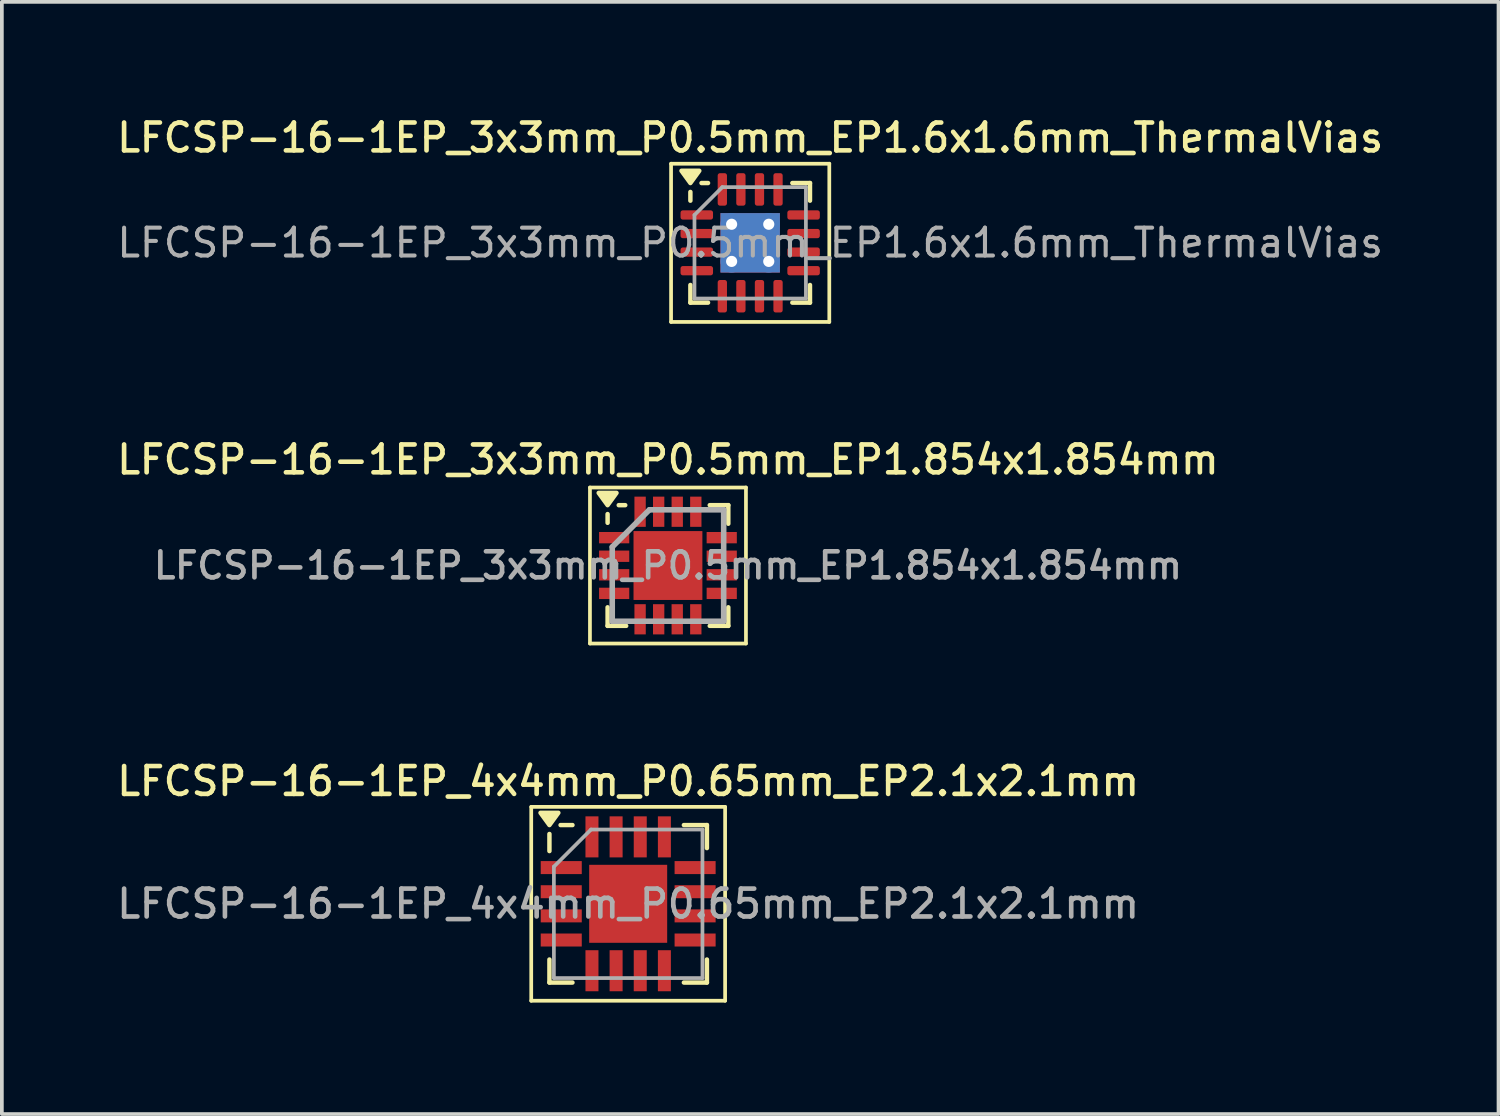
<source format=kicad_pcb>
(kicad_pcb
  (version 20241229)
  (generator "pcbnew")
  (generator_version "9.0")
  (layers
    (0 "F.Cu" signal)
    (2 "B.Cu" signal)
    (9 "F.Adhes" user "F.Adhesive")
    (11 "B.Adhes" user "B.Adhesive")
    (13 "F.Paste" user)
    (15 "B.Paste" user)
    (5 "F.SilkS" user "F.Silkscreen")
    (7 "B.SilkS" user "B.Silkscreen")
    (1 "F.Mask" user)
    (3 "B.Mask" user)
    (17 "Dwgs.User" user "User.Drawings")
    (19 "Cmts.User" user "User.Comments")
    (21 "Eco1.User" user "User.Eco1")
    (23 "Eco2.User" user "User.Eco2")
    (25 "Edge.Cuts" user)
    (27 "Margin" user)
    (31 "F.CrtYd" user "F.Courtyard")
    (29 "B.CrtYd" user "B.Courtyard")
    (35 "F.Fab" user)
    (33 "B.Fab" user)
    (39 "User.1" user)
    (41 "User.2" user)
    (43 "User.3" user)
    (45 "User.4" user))
  (footprint "LFCSP-16-1EP_3x3mm_P0.5mm_EP1.854x1.854mm"
    (layer "F.Cu")
    (at 14.934 12.176)
    (property "Reference" "LFCSP-16-1EP_3x3mm_P0.5mm_EP1.854x1.854mm" (at 0 -2.85 0) (layer "F.SilkS") (effects (font (size 0.75 0.75) (thickness 0.125))))
    (attr smd)
    (fp_line (start -2.1 -2.1) (end -2.1 2.1) (stroke (width 0.1) (type solid)) (layer "F.SilkS"))
    (fp_line (start -2.1 -2.1) (end 2.1 -2.1) (stroke (width 0.1) (type solid)) (layer "F.SilkS"))
    (fp_line (start -2.1 2.1) (end 2.1 2.1) (stroke (width 0.1) (type solid)) (layer "F.SilkS"))
    (fp_line (start -1.625 -1.15) (end -1.625 -1.385) (stroke (width 0.12) (type solid)) (layer "F.SilkS"))
    (fp_line (start -1.625 1.625) (end -1.625 1.125) (stroke (width 0.12) (type solid)) (layer "F.SilkS"))
    (fp_line (start -1.625 1.625) (end -1.125 1.625) (stroke (width 0.12) (type solid)) (layer "F.SilkS"))
    (fp_line (start -1.15 -1.625) (end -1.325 -1.625) (stroke (width 0.12) (type solid)) (layer "F.SilkS"))
    (fp_line (start 1.625 -1.625) (end 1.125 -1.625) (stroke (width 0.12) (type solid)) (layer "F.SilkS"))
    (fp_line (start 1.625 -1.625) (end 1.625 -1.125) (stroke (width 0.12) (type solid)) (layer "F.SilkS"))
    (fp_line (start 1.625 1.625) (end 1.125 1.625) (stroke (width 0.12) (type solid)) (layer "F.SilkS"))
    (fp_line (start 1.625 1.625) (end 1.625 1.125) (stroke (width 0.12) (type solid)) (layer "F.SilkS"))
    (fp_line (start 2.1 -2.1) (end 2.1 2.1) (stroke (width 0.1) (type solid)) (layer "F.SilkS"))
    (fp_poly (pts (xy -1.625 -1.625) (xy -1.865 -1.955) (xy -1.385 -1.955) (xy -1.625 -1.625)) (stroke (width 0.12) (type solid)) (fill yes) (layer "F.SilkS"))
    (fp_line (start -1.5 -0.5) (end -0.5 -1.5) (stroke (width 0.15) (type solid)) (layer "F.Fab"))
    (fp_line (start -1.5 1.5) (end -1.5 -0.5) (stroke (width 0.15) (type solid)) (layer "F.Fab"))
    (fp_line (start -0.5 -1.5) (end 1.5 -1.5) (stroke (width 0.15) (type solid)) (layer "F.Fab"))
    (fp_line (start 1.5 -1.5) (end 1.5 1.5) (stroke (width 0.15) (type solid)) (layer "F.Fab"))
    (fp_line (start 1.5 1.5) (end -1.5 1.5) (stroke (width 0.15) (type solid)) (layer "F.Fab"))
    (fp_text user "${REFERENCE}" (at 0 0 0) (layer "F.Fab") (effects (font (size 0.7 0.7) (thickness 0.125))))
    (pad "" smd rect (at -0.45 -0.45) (size 0.7 0.7) (layers "F.Paste"))
    (pad "" smd rect (at -0.45 0.45) (size 0.7 0.7) (layers "F.Paste"))
    (pad "" smd rect (at 0.45 -0.45) (size 0.7 0.7) (layers "F.Paste"))
    (pad "" smd rect (at 0.45 0.45) (size 0.7 0.7) (layers "F.Paste"))
    (pad "1" smd rect (at -1.448 -0.75) (size 0.813 0.305) (layers "F.Cu" "F.Mask" "F.Paste"))
    (pad "2" smd rect (at -1.448 -0.25) (size 0.813 0.305) (layers "F.Cu" "F.Mask" "F.Paste"))
    (pad "3" smd rect (at -1.448 0.25) (size 0.813 0.305) (layers "F.Cu" "F.Mask" "F.Paste"))
    (pad "4" smd rect (at -1.448 0.75) (size 0.813 0.305) (layers "F.Cu" "F.Mask" "F.Paste"))
    (pad "5" smd rect (at -0.75 1.448) (size 0.305 0.813) (layers "F.Cu" "F.Mask" "F.Paste"))
    (pad "6" smd rect (at -0.25 1.448) (size 0.305 0.813) (layers "F.Cu" "F.Mask" "F.Paste"))
    (pad "7" smd rect (at 0.25 1.448) (size 0.305 0.813) (layers "F.Cu" "F.Mask" "F.Paste"))
    (pad "8" smd rect (at 0.75 1.448) (size 0.305 0.813) (layers "F.Cu" "F.Mask" "F.Paste"))
    (pad "9" smd rect (at 1.448 0.75) (size 0.813 0.305) (layers "F.Cu" "F.Mask" "F.Paste"))
    (pad "10" smd rect (at 1.448 0.25) (size 0.813 0.305) (layers "F.Cu" "F.Mask" "F.Paste"))
    (pad "11" smd rect (at 1.448 -0.25) (size 0.813 0.305) (layers "F.Cu" "F.Mask" "F.Paste"))
    (pad "12" smd rect (at 1.448 -0.75) (size 0.813 0.305) (layers "F.Cu" "F.Mask" "F.Paste"))
    (pad "13" smd rect (at 0.75 -1.448) (size 0.305 0.813) (layers "F.Cu" "F.Mask" "F.Paste"))
    (pad "14" smd rect (at 0.25 -1.448) (size 0.305 0.813) (layers "F.Cu" "F.Mask" "F.Paste"))
    (pad "15" smd rect (at -0.25 -1.448) (size 0.305 0.813) (layers "F.Cu" "F.Mask" "F.Paste"))
    (pad "16" smd rect (at -0.75 -1.448) (size 0.305 0.813) (layers "F.Cu" "F.Mask" "F.Paste"))
    (pad "17" smd rect (at 0 0) (size 1.854 1.854) (layers "F.Cu" "F.Mask")))
  (footprint "LFCSP-16-1EP_3x3mm_P0.5mm_EP1.6x1.6mm_ThermalVias"
    (layer "F.Cu")
    (at 17.148 3.488)
    (property "Reference" "LFCSP-16-1EP_3x3mm_P0.5mm_EP1.6x1.6mm_ThermalVias" (at 0 -2.83 0) (layer "F.SilkS") (effects (font (size 0.75 0.75) (thickness 0.125))))
    (attr smd)
    (fp_line (start -2.13 -2.13) (end -2.13 2.13) (stroke (width 0.1) (type solid)) (layer "F.SilkS"))
    (fp_line (start -2.13 2.13) (end 2.13 2.13) (stroke (width 0.1) (type solid)) (layer "F.SilkS"))
    (fp_line (start -1.61 -1.135) (end -1.61 -1.37) (stroke (width 0.12) (type solid)) (layer "F.SilkS"))
    (fp_line (start -1.61 1.61) (end -1.61 1.135) (stroke (width 0.12) (type solid)) (layer "F.SilkS"))
    (fp_line (start -1.135 -1.61) (end -1.31 -1.61) (stroke (width 0.12) (type solid)) (layer "F.SilkS"))
    (fp_line (start -1.135 1.61) (end -1.61 1.61) (stroke (width 0.12) (type solid)) (layer "F.SilkS"))
    (fp_line (start 1.135 -1.61) (end 1.61 -1.61) (stroke (width 0.12) (type solid)) (layer "F.SilkS"))
    (fp_line (start 1.135 1.61) (end 1.61 1.61) (stroke (width 0.12) (type solid)) (layer "F.SilkS"))
    (fp_line (start 1.61 -1.61) (end 1.61 -1.135) (stroke (width 0.12) (type solid)) (layer "F.SilkS"))
    (fp_line (start 1.61 1.61) (end 1.61 1.135) (stroke (width 0.12) (type solid)) (layer "F.SilkS"))
    (fp_line (start 2.13 -2.13) (end -2.13 -2.13) (stroke (width 0.1) (type solid)) (layer "F.SilkS"))
    (fp_line (start 2.13 2.13) (end 2.13 -2.13) (stroke (width 0.1) (type solid)) (layer "F.SilkS"))
    (fp_poly (pts (xy -1.61 -1.61) (xy -1.85 -1.94) (xy -1.37 -1.94) (xy -1.61 -1.61)) (stroke (width 0.12) (type solid)) (fill yes) (layer "F.SilkS"))
    (fp_line (start -1.5 -0.75) (end -0.75 -1.5) (stroke (width 0.1) (type solid)) (layer "F.Fab"))
    (fp_line (start -1.5 1.5) (end -1.5 -0.75) (stroke (width 0.1) (type solid)) (layer "F.Fab"))
    (fp_line (start -0.75 -1.5) (end 1.5 -1.5) (stroke (width 0.1) (type solid)) (layer "F.Fab"))
    (fp_line (start 1.5 -1.5) (end 1.5 1.5) (stroke (width 0.1) (type solid)) (layer "F.Fab"))
    (fp_line (start 1.5 1.5) (end -1.5 1.5) (stroke (width 0.1) (type solid)) (layer "F.Fab"))
    (fp_text user "${REFERENCE}" (at 0 0 0) (layer "F.Fab") (effects (font (size 0.75 0.75) (thickness 0.11))))
    (pad "" smd roundrect (at -0.4 -0.4) (size 0.69 0.69) (layers "F.Paste") (roundrect_rratio 0.25))
    (pad "" smd roundrect (at -0.4 0.4) (size 0.69 0.69) (layers "F.Paste") (roundrect_rratio 0.25))
    (pad "" smd roundrect (at 0.4 -0.4) (size 0.69 0.69) (layers "F.Paste") (roundrect_rratio 0.25))
    (pad "" smd roundrect (at 0.4 0.4) (size 0.69 0.69) (layers "F.Paste") (roundrect_rratio 0.25))
    (pad "1" smd roundrect (at -1.438 -0.75) (size 0.875 0.25) (layers "F.Cu" "F.Mask" "F.Paste") (roundrect_rratio 0.25))
    (pad "2" smd roundrect (at -1.438 -0.25) (size 0.875 0.25) (layers "F.Cu" "F.Mask" "F.Paste") (roundrect_rratio 0.25))
    (pad "3" smd roundrect (at -1.438 0.25) (size 0.875 0.25) (layers "F.Cu" "F.Mask" "F.Paste") (roundrect_rratio 0.25))
    (pad "4" smd roundrect (at -1.438 0.75) (size 0.875 0.25) (layers "F.Cu" "F.Mask" "F.Paste") (roundrect_rratio 0.25))
    (pad "5" smd roundrect (at -0.75 1.438) (size 0.25 0.875) (layers "F.Cu" "F.Mask" "F.Paste") (roundrect_rratio 0.25))
    (pad "6" smd roundrect (at -0.25 1.438) (size 0.25 0.875) (layers "F.Cu" "F.Mask" "F.Paste") (roundrect_rratio 0.25))
    (pad "7" smd roundrect (at 0.25 1.438) (size 0.25 0.875) (layers "F.Cu" "F.Mask" "F.Paste") (roundrect_rratio 0.25))
    (pad "8" smd roundrect (at 0.75 1.438) (size 0.25 0.875) (layers "F.Cu" "F.Mask" "F.Paste") (roundrect_rratio 0.25))
    (pad "9" smd roundrect (at 1.438 0.75) (size 0.875 0.25) (layers "F.Cu" "F.Mask" "F.Paste") (roundrect_rratio 0.25))
    (pad "10" smd roundrect (at 1.438 0.25) (size 0.875 0.25) (layers "F.Cu" "F.Mask" "F.Paste") (roundrect_rratio 0.25))
    (pad "11" smd roundrect (at 1.438 -0.25) (size 0.875 0.25) (layers "F.Cu" "F.Mask" "F.Paste") (roundrect_rratio 0.25))
    (pad "12" smd roundrect (at 1.438 -0.75) (size 0.875 0.25) (layers "F.Cu" "F.Mask" "F.Paste") (roundrect_rratio 0.25))
    (pad "13" smd roundrect (at 0.75 -1.438) (size 0.25 0.875) (layers "F.Cu" "F.Mask" "F.Paste") (roundrect_rratio 0.25))
    (pad "14" smd roundrect (at 0.25 -1.438) (size 0.25 0.875) (layers "F.Cu" "F.Mask" "F.Paste") (roundrect_rratio 0.25))
    (pad "15" smd roundrect (at -0.25 -1.438) (size 0.25 0.875) (layers "F.Cu" "F.Mask" "F.Paste") (roundrect_rratio 0.25))
    (pad "16" smd roundrect (at -0.75 -1.438) (size 0.25 0.875) (layers "F.Cu" "F.Mask" "F.Paste") (roundrect_rratio 0.25))
    (pad "17" thru_hole circle (at -0.5 -0.5) (size 0.6 0.6) (drill 0.3) (property pad_prop_heatsink) (layers "*.Cu"))
    (pad "17" thru_hole circle (at -0.5 0.5) (size 0.6 0.6) (drill 0.3) (property pad_prop_heatsink) (layers "*.Cu"))
    (pad "17" smd rect (at 0 0) (size 1.6 1.6) (property pad_prop_heatsink) (layers "F.Cu" "F.Mask"))
    (pad "17" smd rect (at 0 0) (size 1.6 1.6) (property pad_prop_heatsink) (layers "B.Cu"))
    (pad "17" thru_hole circle (at 0.5 -0.5) (size 0.6 0.6) (drill 0.3) (property pad_prop_heatsink) (layers "*.Cu"))
    (pad "17" thru_hole circle (at 0.5 0.5) (size 0.6 0.6) (drill 0.3) (property pad_prop_heatsink) (layers "*.Cu")))
  (footprint "LFCSP-16-1EP_4x4mm_P0.65mm_EP2.1x2.1mm"
    (layer "F.Cu")
    (at 13.863 21.284)
    (property "Reference" "LFCSP-16-1EP_4x4mm_P0.65mm_EP2.1x2.1mm" (at 0 -3.3 0) (layer "F.SilkS") (effects (font (size 0.75 0.75) (thickness 0.125))))
    (attr smd)
    (fp_line (start -2.61 -2.61) (end 2.61 -2.61) (stroke (width 0.1) (type solid)) (layer "F.SilkS"))
    (fp_line (start -2.61 2.61) (end -2.61 -2.61) (stroke (width 0.1) (type solid)) (layer "F.SilkS"))
    (fp_line (start -2.12 -1.42) (end -2.12 -1.88) (stroke (width 0.12) (type solid)) (layer "F.SilkS"))
    (fp_line (start -2.12 2.12) (end -2.12 1.5) (stroke (width 0.12) (type solid)) (layer "F.SilkS"))
    (fp_line (start -1.5 -2.12) (end -1.82 -2.12) (stroke (width 0.12) (type solid)) (layer "F.SilkS"))
    (fp_line (start -1.5 2.12) (end -2.12 2.12) (stroke (width 0.12) (type solid)) (layer "F.SilkS"))
    (fp_line (start 1.5 -2.12) (end 2.12 -2.12) (stroke (width 0.12) (type solid)) (layer "F.SilkS"))
    (fp_line (start 1.5 2.12) (end 2.12 2.12) (stroke (width 0.12) (type solid)) (layer "F.SilkS"))
    (fp_line (start 2.12 -2.12) (end 2.12 -1.5) (stroke (width 0.12) (type solid)) (layer "F.SilkS"))
    (fp_line (start 2.12 2.12) (end 2.12 1.5) (stroke (width 0.12) (type solid)) (layer "F.SilkS"))
    (fp_line (start 2.61 -2.61) (end 2.61 2.61) (stroke (width 0.1) (type solid)) (layer "F.SilkS"))
    (fp_line (start 2.61 2.61) (end -2.61 2.61) (stroke (width 0.1) (type solid)) (layer "F.SilkS"))
    (fp_poly (pts (xy -2.12 -2.12) (xy -2.36 -2.45) (xy -1.88 -2.45) (xy -2.12 -2.12)) (stroke (width 0.12) (type solid)) (fill yes) (layer "F.SilkS"))
    (fp_line (start -2 2) (end -2 -1) (stroke (width 0.1) (type solid)) (layer "F.Fab"))
    (fp_line (start -1 -2) (end -2 -1) (stroke (width 0.1) (type solid)) (layer "F.Fab"))
    (fp_line (start -1 -2) (end 2 -2) (stroke (width 0.1) (type solid)) (layer "F.Fab"))
    (fp_line (start 2 -2) (end 2 2) (stroke (width 0.1) (type solid)) (layer "F.Fab"))
    (fp_line (start 2 2) (end -2 2) (stroke (width 0.1) (type solid)) (layer "F.Fab"))
    (fp_text user "${REFERENCE}" (at 0 0 0) (layer "F.Fab") (effects (font (size 0.75 0.75) (thickness 0.125))))
    (pad "" smd rect (at -0.525 -0.525) (size 0.9 0.9) (layers "F.Paste"))
    (pad "" smd rect (at -0.525 0.525) (size 0.9 0.9) (layers "F.Paste"))
    (pad "" smd rect (at 0.525 -0.525) (size 0.9 0.9) (layers "F.Paste"))
    (pad "" smd rect (at 0.525 0.525) (size 0.9 0.9) (layers "F.Paste"))
    (pad "1" smd rect (at -1.802 -0.975) (size 1.105 0.35) (layers "F.Cu" "F.Mask" "F.Paste"))
    (pad "2" smd rect (at -1.802 -0.325) (size 1.105 0.35) (layers "F.Cu" "F.Mask" "F.Paste"))
    (pad "3" smd rect (at -1.802 0.325) (size 1.105 0.35) (layers "F.Cu" "F.Mask" "F.Paste"))
    (pad "4" smd rect (at -1.802 0.975) (size 1.105 0.35) (layers "F.Cu" "F.Mask" "F.Paste"))
    (pad "5" smd rect (at -0.975 1.802) (size 0.35 1.105) (layers "F.Cu" "F.Mask" "F.Paste"))
    (pad "6" smd rect (at -0.325 1.802) (size 0.35 1.105) (layers "F.Cu" "F.Mask" "F.Paste"))
    (pad "7" smd rect (at 0.325 1.802) (size 0.35 1.105) (layers "F.Cu" "F.Mask" "F.Paste"))
    (pad "8" smd rect (at 0.975 1.802) (size 0.35 1.105) (layers "F.Cu" "F.Mask" "F.Paste"))
    (pad "9" smd rect (at 1.802 0.975) (size 1.105 0.35) (layers "F.Cu" "F.Mask" "F.Paste"))
    (pad "10" smd rect (at 1.802 0.325) (size 1.105 0.35) (layers "F.Cu" "F.Mask" "F.Paste"))
    (pad "11" smd rect (at 1.802 -0.325) (size 1.105 0.35) (layers "F.Cu" "F.Mask" "F.Paste"))
    (pad "12" smd rect (at 1.802 -0.975) (size 1.105 0.35) (layers "F.Cu" "F.Mask" "F.Paste"))
    (pad "13" smd rect (at 0.975 -1.802) (size 0.35 1.105) (layers "F.Cu" "F.Mask" "F.Paste"))
    (pad "14" smd rect (at 0.325 -1.802) (size 0.35 1.105) (layers "F.Cu" "F.Mask" "F.Paste"))
    (pad "15" smd rect (at -0.325 -1.802) (size 0.35 1.105) (layers "F.Cu" "F.Mask" "F.Paste"))
    (pad "16" smd rect (at -0.975 -1.802) (size 0.35 1.105) (layers "F.Cu" "F.Mask" "F.Paste"))
    (pad "17" smd rect (at 0 0) (size 2.1 2.1) (layers "F.Cu" "F.Mask")))
  (gr_rect
    (start -3 -3)
    (end 37.296 26.944)
    (stroke (width 0.1) (type default))
    (fill no)
    (layer "Edge.Cuts")))
</source>
